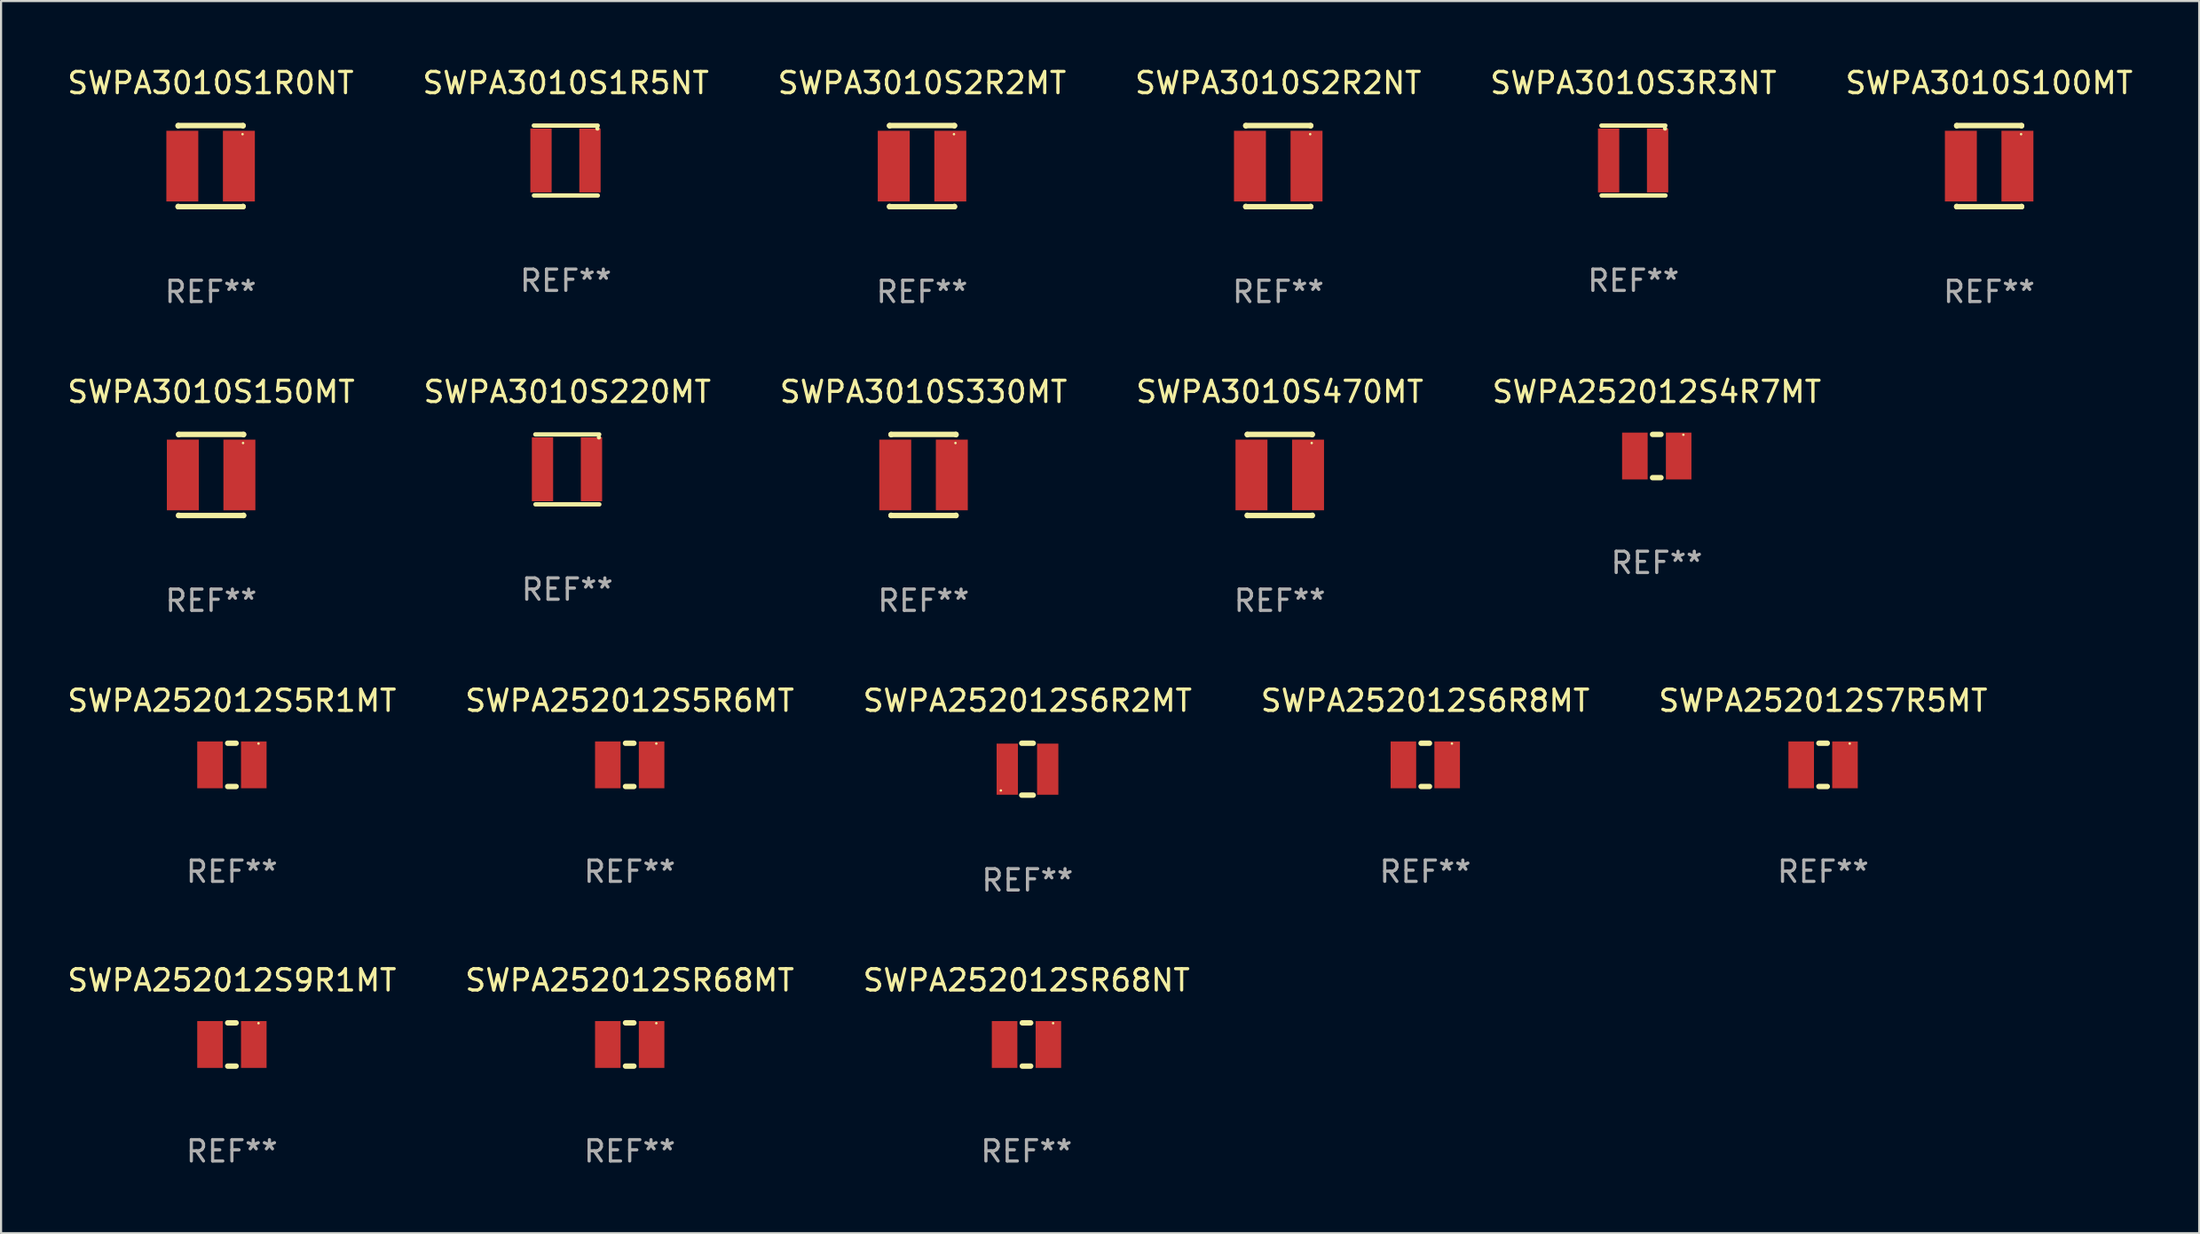
<source format=kicad_pcb>
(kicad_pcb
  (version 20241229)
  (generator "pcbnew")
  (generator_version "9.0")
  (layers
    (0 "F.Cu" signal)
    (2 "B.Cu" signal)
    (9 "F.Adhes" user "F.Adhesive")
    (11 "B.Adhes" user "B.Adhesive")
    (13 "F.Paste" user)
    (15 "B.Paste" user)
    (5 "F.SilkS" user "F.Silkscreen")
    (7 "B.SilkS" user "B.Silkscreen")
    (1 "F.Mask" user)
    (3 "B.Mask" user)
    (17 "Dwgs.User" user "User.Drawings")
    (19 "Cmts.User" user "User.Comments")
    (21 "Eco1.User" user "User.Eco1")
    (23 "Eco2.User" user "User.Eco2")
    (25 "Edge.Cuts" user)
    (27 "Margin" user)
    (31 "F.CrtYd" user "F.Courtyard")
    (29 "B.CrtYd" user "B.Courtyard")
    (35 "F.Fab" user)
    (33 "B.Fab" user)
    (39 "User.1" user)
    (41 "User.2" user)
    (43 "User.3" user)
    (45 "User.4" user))
  (footprint "SWPA252012S4R7MT"
    (layer "F.Cu")
    (at 74.744 18.371)
    (property "Reference" "SWPA252012S4R7MT" (at 0 -3.016 0) (layer "F.SilkS") (effects (font (size 1 1) (thickness 0.15))))
    (attr through_hole)
    (fp_line (start -0.197 1.016) (end 0.197 1.016) (stroke (width 0.254) (type solid)) (layer "F.SilkS"))
    (fp_line (start 0.197 -1.016) (end -0.197 -1.016) (stroke (width 0.254) (type solid)) (layer "F.SilkS"))
    (fp_circle (center 1.25 -1) (end 1.28 -1) (stroke (width 0.06) (type solid)) (fill no) (layer "F.SilkS"))
    (fp_text user "REF**" (at 0 5.016 0) (layer "F.Fab") (effects (font (size 1 1) (thickness 0.15))))
    (pad "1" smd rect (at 1.028 0) (size 1.2 2.2) (layers "F.Cu" "F.Mask" "F.Paste"))
    (pad "2" smd rect (at -1.028 0) (size 1.2 2.2) (layers "F.Cu" "F.Mask" "F.Paste")))
  (footprint "SWPA3010S3R3NT"
    (layer "F.Cu")
    (at 73.649 4.491)
    (property "Reference" "SWPA3010S3R3NT" (at 0 -3.643 0) (layer "F.SilkS") (effects (font (size 1 1) (thickness 0.15))))
    (attr through_hole)
    (fp_line (start -1.503 -1.643) (end 1.497 -1.643) (stroke (width 0.203) (type solid)) (layer "F.SilkS"))
    (fp_line (start -1.497 1.643) (end 1.503 1.643) (stroke (width 0.203) (type solid)) (layer "F.SilkS"))
    (fp_circle (center 1.484 -1.504) (end 1.534 -1.504) (stroke (width 0.1) (type solid)) (fill no) (layer "F.SilkS"))
    (fp_text user "REF**" (at 0 5.643 0) (layer "F.Fab") (effects (font (size 1 1) (thickness 0.15))))
    (pad "1" smd rect (at 1.134 -0.004 180) (size 1 3) (layers "F.Cu" "F.Mask" "F.Paste"))
    (pad "2" smd rect (at -1.166 -0.004 180) (size 1 3) (layers "F.Cu" "F.Mask" "F.Paste")))
  (footprint "SWPA3010S150MT"
    (layer "F.Cu")
    (at 6.863 19.26)
    (property "Reference" "SWPA3010S150MT" (at 0 -3.905 0) (layer "F.SilkS") (effects (font (size 1 1) (thickness 0.15))))
    (attr through_hole)
    (fp_line (start -1.524 -1.905) (end 1.524 -1.905) (stroke (width 0.254) (type solid)) (layer "F.SilkS"))
    (fp_line (start -1.524 -1.891) (end -1.524 -1.905) (stroke (width 0.254) (type solid)) (layer "F.SilkS"))
    (fp_line (start -1.524 1.905) (end -1.524 1.891) (stroke (width 0.254) (type solid)) (layer "F.SilkS"))
    (fp_line (start -1.524 1.905) (end 1.524 1.905) (stroke (width 0.254) (type solid)) (layer "F.SilkS"))
    (fp_line (start 1.524 -1.905) (end 1.524 -1.891) (stroke (width 0.254) (type solid)) (layer "F.SilkS"))
    (fp_line (start 1.524 1.891) (end 1.524 1.905) (stroke (width 0.254) (type solid)) (layer "F.SilkS"))
    (fp_circle (center 1.5 -1.5) (end 1.53 -1.5) (stroke (width 0.06) (type solid)) (fill no) (layer "F.SilkS"))
    (fp_text user "REF**" (at 0 5.905 0) (layer "F.Fab") (effects (font (size 1 1) (thickness 0.15))))
    (pad "1" smd rect (at 1.328 0) (size 1.5 3.32) (layers "F.Cu" "F.Mask" "F.Paste"))
    (pad "2" smd rect (at -1.328 0) (size 1.5 3.32) (layers "F.Cu" "F.Mask" "F.Paste")))
  (footprint "SWPA252012S6R8MT"
    (layer "F.Cu")
    (at 63.875 32.877)
    (property "Reference" "SWPA252012S6R8MT" (at 0 -3.016 0) (layer "F.SilkS") (effects (font (size 1 1) (thickness 0.15))))
    (attr through_hole)
    (fp_line (start -0.197 1.016) (end 0.197 1.016) (stroke (width 0.254) (type solid)) (layer "F.SilkS"))
    (fp_line (start 0.197 -1.016) (end -0.197 -1.016) (stroke (width 0.254) (type solid)) (layer "F.SilkS"))
    (fp_circle (center 1.25 -1) (end 1.28 -1) (stroke (width 0.06) (type solid)) (fill no) (layer "F.SilkS"))
    (fp_text user "REF**" (at 0 5.016 0) (layer "F.Fab") (effects (font (size 1 1) (thickness 0.15))))
    (pad "1" smd rect (at 1.028 0) (size 1.2 2.2) (layers "F.Cu" "F.Mask" "F.Paste"))
    (pad "2" smd rect (at -1.028 0) (size 1.2 2.2) (layers "F.Cu" "F.Mask" "F.Paste")))
  (footprint "SWPA252012S7R5MT"
    (layer "F.Cu")
    (at 82.554 32.877)
    (property "Reference" "SWPA252012S7R5MT" (at 0 -3.016 0) (layer "F.SilkS") (effects (font (size 1 1) (thickness 0.15))))
    (attr through_hole)
    (fp_line (start -0.197 1.016) (end 0.197 1.016) (stroke (width 0.254) (type solid)) (layer "F.SilkS"))
    (fp_line (start 0.197 -1.016) (end -0.197 -1.016) (stroke (width 0.254) (type solid)) (layer "F.SilkS"))
    (fp_circle (center 1.25 -1) (end 1.28 -1) (stroke (width 0.06) (type solid)) (fill no) (layer "F.SilkS"))
    (fp_text user "REF**" (at 0 5.016 0) (layer "F.Fab") (effects (font (size 1 1) (thickness 0.15))))
    (pad "1" smd rect (at 1.028 0) (size 1.2 2.2) (layers "F.Cu" "F.Mask" "F.Paste"))
    (pad "2" smd rect (at -1.028 0) (size 1.2 2.2) (layers "F.Cu" "F.Mask" "F.Paste")))
  (footprint "SWPA252012SR68MT"
    (layer "F.Cu")
    (at 26.518 46.012)
    (property "Reference" "SWPA252012SR68MT" (at 0 -3.016 0) (layer "F.SilkS") (effects (font (size 1 1) (thickness 0.15))))
    (attr through_hole)
    (fp_line (start -0.197 1.016) (end 0.197 1.016) (stroke (width 0.254) (type solid)) (layer "F.SilkS"))
    (fp_line (start 0.197 -1.016) (end -0.197 -1.016) (stroke (width 0.254) (type solid)) (layer "F.SilkS"))
    (fp_circle (center 1.25 -1) (end 1.28 -1) (stroke (width 0.06) (type solid)) (fill no) (layer "F.SilkS"))
    (fp_text user "REF**" (at 0 5.016 0) (layer "F.Fab") (effects (font (size 1 1) (thickness 0.15))))
    (pad "1" smd rect (at 1.028 0) (size 1.2 2.2) (layers "F.Cu" "F.Mask" "F.Paste"))
    (pad "2" smd rect (at -1.028 0) (size 1.2 2.2) (layers "F.Cu" "F.Mask" "F.Paste")))
  (footprint "SWPA3010S220MT"
    (layer "F.Cu")
    (at 23.589 18.998)
    (property "Reference" "SWPA3010S220MT" (at 0 -3.643 0) (layer "F.SilkS") (effects (font (size 1 1) (thickness 0.15))))
    (attr through_hole)
    (fp_line (start -1.503 -1.643) (end 1.497 -1.643) (stroke (width 0.203) (type solid)) (layer "F.SilkS"))
    (fp_line (start -1.497 1.643) (end 1.503 1.643) (stroke (width 0.203) (type solid)) (layer "F.SilkS"))
    (fp_circle (center 1.484 -1.504) (end 1.534 -1.504) (stroke (width 0.1) (type solid)) (fill no) (layer "F.SilkS"))
    (fp_text user "REF**" (at 0 5.643 0) (layer "F.Fab") (effects (font (size 1 1) (thickness 0.15))))
    (pad "1" smd rect (at 1.134 -0.004 180) (size 1 3) (layers "F.Cu" "F.Mask" "F.Paste"))
    (pad "2" smd rect (at -1.166 -0.004 180) (size 1 3) (layers "F.Cu" "F.Mask" "F.Paste")))
  (footprint "SWPA252012S6R2MT"
    (layer "F.Cu")
    (at 45.196 33.08)
    (property "Reference" "SWPA252012S6R2MT" (at 0 -3.219 0) (layer "F.SilkS") (effects (font (size 1 1) (thickness 0.15))))
    (attr through_hole)
    (fp_line (start -0.27 1.219) (end 0.269 1.219) (stroke (width 0.254) (type solid)) (layer "F.SilkS"))
    (fp_line (start -0.269 -1.219) (end 0.27 -1.219) (stroke (width 0.254) (type solid)) (layer "F.SilkS"))
    (fp_circle (center -1.25 1) (end -1.22 1) (stroke (width 0.06) (type solid)) (fill no) (layer "F.SilkS"))
    (fp_text user "REF**" (at 0 5.219 0) (layer "F.Fab") (effects (font (size 1 1) (thickness 0.15))))
    (pad "1" smd rect (at -0.95 0) (size 1 2.4) (layers "F.Cu" "F.Mask" "F.Paste"))
    (pad "2" smd rect (at 0.95 0) (size 1 2.4) (layers "F.Cu" "F.Mask" "F.Paste")))
  (footprint "SWPA252012S5R6MT"
    (layer "F.Cu")
    (at 26.518 32.877)
    (property "Reference" "SWPA252012S5R6MT" (at 0 -3.016 0) (layer "F.SilkS") (effects (font (size 1 1) (thickness 0.15))))
    (attr through_hole)
    (fp_line (start -0.197 1.016) (end 0.197 1.016) (stroke (width 0.254) (type solid)) (layer "F.SilkS"))
    (fp_line (start 0.197 -1.016) (end -0.197 -1.016) (stroke (width 0.254) (type solid)) (layer "F.SilkS"))
    (fp_circle (center 1.25 -1) (end 1.28 -1) (stroke (width 0.06) (type solid)) (fill no) (layer "F.SilkS"))
    (fp_text user "REF**" (at 0 5.016 0) (layer "F.Fab") (effects (font (size 1 1) (thickness 0.15))))
    (pad "1" smd rect (at 1.028 0) (size 1.2 2.2) (layers "F.Cu" "F.Mask" "F.Paste"))
    (pad "2" smd rect (at -1.028 0) (size 1.2 2.2) (layers "F.Cu" "F.Mask" "F.Paste")))
  (footprint "SWPA252012S5R1MT"
    (layer "F.Cu")
    (at 7.839 32.877)
    (property "Reference" "SWPA252012S5R1MT" (at 0 -3.016 0) (layer "F.SilkS") (effects (font (size 1 1) (thickness 0.15))))
    (attr through_hole)
    (fp_line (start -0.197 1.016) (end 0.197 1.016) (stroke (width 0.254) (type solid)) (layer "F.SilkS"))
    (fp_line (start 0.197 -1.016) (end -0.197 -1.016) (stroke (width 0.254) (type solid)) (layer "F.SilkS"))
    (fp_circle (center 1.25 -1) (end 1.28 -1) (stroke (width 0.06) (type solid)) (fill no) (layer "F.SilkS"))
    (fp_text user "REF**" (at 0 5.016 0) (layer "F.Fab") (effects (font (size 1 1) (thickness 0.15))))
    (pad "1" smd rect (at 1.028 0) (size 1.2 2.2) (layers "F.Cu" "F.Mask" "F.Paste"))
    (pad "2" smd rect (at -1.028 0) (size 1.2 2.2) (layers "F.Cu" "F.Mask" "F.Paste")))
  (footprint "SWPA3010S2R2NT"
    (layer "F.Cu")
    (at 56.97 4.753)
    (property "Reference" "SWPA3010S2R2NT" (at 0 -3.905 0) (layer "F.SilkS") (effects (font (size 1 1) (thickness 0.15))))
    (attr through_hole)
    (fp_line (start -1.524 -1.905) (end 1.524 -1.905) (stroke (width 0.254) (type solid)) (layer "F.SilkS"))
    (fp_line (start -1.524 -1.891) (end -1.524 -1.905) (stroke (width 0.254) (type solid)) (layer "F.SilkS"))
    (fp_line (start -1.524 1.905) (end -1.524 1.891) (stroke (width 0.254) (type solid)) (layer "F.SilkS"))
    (fp_line (start -1.524 1.905) (end 1.524 1.905) (stroke (width 0.254) (type solid)) (layer "F.SilkS"))
    (fp_line (start 1.524 -1.905) (end 1.524 -1.891) (stroke (width 0.254) (type solid)) (layer "F.SilkS"))
    (fp_line (start 1.524 1.891) (end 1.524 1.905) (stroke (width 0.254) (type solid)) (layer "F.SilkS"))
    (fp_circle (center 1.5 -1.5) (end 1.53 -1.5) (stroke (width 0.06) (type solid)) (fill no) (layer "F.SilkS"))
    (fp_text user "REF**" (at 0 5.905 0) (layer "F.Fab") (effects (font (size 1 1) (thickness 0.15))))
    (pad "1" smd rect (at 1.328 0) (size 1.5 3.32) (layers "F.Cu" "F.Mask" "F.Paste"))
    (pad "2" smd rect (at -1.328 0) (size 1.5 3.32) (layers "F.Cu" "F.Mask" "F.Paste")))
  (footprint "SWPA3010S1R0NT"
    (layer "F.Cu")
    (at 6.839 4.753)
    (property "Reference" "SWPA3010S1R0NT" (at 0 -3.905 0) (layer "F.SilkS") (effects (font (size 1 1) (thickness 0.15))))
    (attr through_hole)
    (fp_line (start -1.524 -1.905) (end 1.524 -1.905) (stroke (width 0.254) (type solid)) (layer "F.SilkS"))
    (fp_line (start -1.524 -1.891) (end -1.524 -1.905) (stroke (width 0.254) (type solid)) (layer "F.SilkS"))
    (fp_line (start -1.524 1.905) (end -1.524 1.891) (stroke (width 0.254) (type solid)) (layer "F.SilkS"))
    (fp_line (start -1.524 1.905) (end 1.524 1.905) (stroke (width 0.254) (type solid)) (layer "F.SilkS"))
    (fp_line (start 1.524 -1.905) (end 1.524 -1.891) (stroke (width 0.254) (type solid)) (layer "F.SilkS"))
    (fp_line (start 1.524 1.891) (end 1.524 1.905) (stroke (width 0.254) (type solid)) (layer "F.SilkS"))
    (fp_circle (center 1.5 -1.5) (end 1.53 -1.5) (stroke (width 0.06) (type solid)) (fill no) (layer "F.SilkS"))
    (fp_text user "REF**" (at 0 5.905 0) (layer "F.Fab") (effects (font (size 1 1) (thickness 0.15))))
    (pad "1" smd rect (at 1.328 0) (size 1.5 3.32) (layers "F.Cu" "F.Mask" "F.Paste"))
    (pad "2" smd rect (at -1.328 0) (size 1.5 3.32) (layers "F.Cu" "F.Mask" "F.Paste")))
  (footprint "SWPA3010S1R5NT"
    (layer "F.Cu")
    (at 23.518 4.491)
    (property "Reference" "SWPA3010S1R5NT" (at 0 -3.643 0) (layer "F.SilkS") (effects (font (size 1 1) (thickness 0.15))))
    (attr through_hole)
    (fp_line (start -1.503 -1.643) (end 1.497 -1.643) (stroke (width 0.203) (type solid)) (layer "F.SilkS"))
    (fp_line (start -1.497 1.643) (end 1.503 1.643) (stroke (width 0.203) (type solid)) (layer "F.SilkS"))
    (fp_circle (center 1.484 -1.504) (end 1.534 -1.504) (stroke (width 0.1) (type solid)) (fill no) (layer "F.SilkS"))
    (fp_text user "REF**" (at 0 5.643 0) (layer "F.Fab") (effects (font (size 1 1) (thickness 0.15))))
    (pad "1" smd rect (at 1.134 -0.004 180) (size 1 3) (layers "F.Cu" "F.Mask" "F.Paste"))
    (pad "2" smd rect (at -1.166 -0.004 180) (size 1 3) (layers "F.Cu" "F.Mask" "F.Paste")))
  (footprint "SWPA252012SR68NT"
    (layer "F.Cu")
    (at 45.149 46.012)
    (property "Reference" "SWPA252012SR68NT" (at 0 -3.016 0) (layer "F.SilkS") (effects (font (size 1 1) (thickness 0.15))))
    (attr through_hole)
    (fp_line (start -0.197 1.016) (end 0.197 1.016) (stroke (width 0.254) (type solid)) (layer "F.SilkS"))
    (fp_line (start 0.197 -1.016) (end -0.197 -1.016) (stroke (width 0.254) (type solid)) (layer "F.SilkS"))
    (fp_circle (center 1.25 -1) (end 1.28 -1) (stroke (width 0.06) (type solid)) (fill no) (layer "F.SilkS"))
    (fp_text user "REF**" (at 0 5.016 0) (layer "F.Fab") (effects (font (size 1 1) (thickness 0.15))))
    (pad "1" smd rect (at 1.028 0) (size 1.2 2.2) (layers "F.Cu" "F.Mask" "F.Paste"))
    (pad "2" smd rect (at -1.028 0) (size 1.2 2.2) (layers "F.Cu" "F.Mask" "F.Paste")))
  (footprint "SWPA3010S2R2MT"
    (layer "F.Cu")
    (at 40.244 4.753)
    (property "Reference" "SWPA3010S2R2MT" (at 0 -3.905 0) (layer "F.SilkS") (effects (font (size 1 1) (thickness 0.15))))
    (attr through_hole)
    (fp_line (start -1.524 -1.905) (end 1.524 -1.905) (stroke (width 0.254) (type solid)) (layer "F.SilkS"))
    (fp_line (start -1.524 -1.891) (end -1.524 -1.905) (stroke (width 0.254) (type solid)) (layer "F.SilkS"))
    (fp_line (start -1.524 1.905) (end -1.524 1.891) (stroke (width 0.254) (type solid)) (layer "F.SilkS"))
    (fp_line (start -1.524 1.905) (end 1.524 1.905) (stroke (width 0.254) (type solid)) (layer "F.SilkS"))
    (fp_line (start 1.524 -1.905) (end 1.524 -1.891) (stroke (width 0.254) (type solid)) (layer "F.SilkS"))
    (fp_line (start 1.524 1.891) (end 1.524 1.905) (stroke (width 0.254) (type solid)) (layer "F.SilkS"))
    (fp_circle (center 1.5 -1.5) (end 1.53 -1.5) (stroke (width 0.06) (type solid)) (fill no) (layer "F.SilkS"))
    (fp_text user "REF**" (at 0 5.905 0) (layer "F.Fab") (effects (font (size 1 1) (thickness 0.15))))
    (pad "1" smd rect (at 1.328 0) (size 1.5 3.32) (layers "F.Cu" "F.Mask" "F.Paste"))
    (pad "2" smd rect (at -1.328 0) (size 1.5 3.32) (layers "F.Cu" "F.Mask" "F.Paste")))
  (footprint "SWPA252012S9R1MT"
    (layer "F.Cu")
    (at 7.839 46.012)
    (property "Reference" "SWPA252012S9R1MT" (at 0 -3.016 0) (layer "F.SilkS") (effects (font (size 1 1) (thickness 0.15))))
    (attr through_hole)
    (fp_line (start -0.197 1.016) (end 0.197 1.016) (stroke (width 0.254) (type solid)) (layer "F.SilkS"))
    (fp_line (start 0.197 -1.016) (end -0.197 -1.016) (stroke (width 0.254) (type solid)) (layer "F.SilkS"))
    (fp_circle (center 1.25 -1) (end 1.28 -1) (stroke (width 0.06) (type solid)) (fill no) (layer "F.SilkS"))
    (fp_text user "REF**" (at 0 5.016 0) (layer "F.Fab") (effects (font (size 1 1) (thickness 0.15))))
    (pad "1" smd rect (at 1.028 0) (size 1.2 2.2) (layers "F.Cu" "F.Mask" "F.Paste"))
    (pad "2" smd rect (at -1.028 0) (size 1.2 2.2) (layers "F.Cu" "F.Mask" "F.Paste")))
  (footprint "SWPA3010S470MT"
    (layer "F.Cu")
    (at 57.042 19.26)
    (property "Reference" "SWPA3010S470MT" (at 0 -3.905 0) (layer "F.SilkS") (effects (font (size 1 1) (thickness 0.15))))
    (attr through_hole)
    (fp_line (start -1.524 -1.905) (end 1.524 -1.905) (stroke (width 0.254) (type solid)) (layer "F.SilkS"))
    (fp_line (start -1.524 -1.891) (end -1.524 -1.905) (stroke (width 0.254) (type solid)) (layer "F.SilkS"))
    (fp_line (start -1.524 1.905) (end -1.524 1.891) (stroke (width 0.254) (type solid)) (layer "F.SilkS"))
    (fp_line (start -1.524 1.905) (end 1.524 1.905) (stroke (width 0.254) (type solid)) (layer "F.SilkS"))
    (fp_line (start 1.524 -1.905) (end 1.524 -1.891) (stroke (width 0.254) (type solid)) (layer "F.SilkS"))
    (fp_line (start 1.524 1.891) (end 1.524 1.905) (stroke (width 0.254) (type solid)) (layer "F.SilkS"))
    (fp_circle (center 1.5 -1.5) (end 1.53 -1.5) (stroke (width 0.06) (type solid)) (fill no) (layer "F.SilkS"))
    (fp_text user "REF**" (at 0 5.905 0) (layer "F.Fab") (effects (font (size 1 1) (thickness 0.15))))
    (pad "1" smd rect (at 1.328 0) (size 1.5 3.32) (layers "F.Cu" "F.Mask" "F.Paste"))
    (pad "2" smd rect (at -1.328 0) (size 1.5 3.32) (layers "F.Cu" "F.Mask" "F.Paste")))
  (footprint "SWPA3010S330MT"
    (layer "F.Cu")
    (at 40.315 19.26)
    (property "Reference" "SWPA3010S330MT" (at 0 -3.905 0) (layer "F.SilkS") (effects (font (size 1 1) (thickness 0.15))))
    (attr through_hole)
    (fp_line (start -1.524 -1.905) (end 1.524 -1.905) (stroke (width 0.254) (type solid)) (layer "F.SilkS"))
    (fp_line (start -1.524 -1.891) (end -1.524 -1.905) (stroke (width 0.254) (type solid)) (layer "F.SilkS"))
    (fp_line (start -1.524 1.905) (end -1.524 1.891) (stroke (width 0.254) (type solid)) (layer "F.SilkS"))
    (fp_line (start -1.524 1.905) (end 1.524 1.905) (stroke (width 0.254) (type solid)) (layer "F.SilkS"))
    (fp_line (start 1.524 -1.905) (end 1.524 -1.891) (stroke (width 0.254) (type solid)) (layer "F.SilkS"))
    (fp_line (start 1.524 1.891) (end 1.524 1.905) (stroke (width 0.254) (type solid)) (layer "F.SilkS"))
    (fp_circle (center 1.5 -1.5) (end 1.53 -1.5) (stroke (width 0.06) (type solid)) (fill no) (layer "F.SilkS"))
    (fp_text user "REF**" (at 0 5.905 0) (layer "F.Fab") (effects (font (size 1 1) (thickness 0.15))))
    (pad "1" smd rect (at 1.328 0) (size 1.5 3.32) (layers "F.Cu" "F.Mask" "F.Paste"))
    (pad "2" smd rect (at -1.328 0) (size 1.5 3.32) (layers "F.Cu" "F.Mask" "F.Paste")))
  (footprint "SWPA3010S100MT"
    (layer "F.Cu")
    (at 90.351 4.753)
    (property "Reference" "SWPA3010S100MT" (at 0 -3.905 0) (layer "F.SilkS") (effects (font (size 1 1) (thickness 0.15))))
    (attr through_hole)
    (fp_line (start -1.524 -1.905) (end 1.524 -1.905) (stroke (width 0.254) (type solid)) (layer "F.SilkS"))
    (fp_line (start -1.524 -1.891) (end -1.524 -1.905) (stroke (width 0.254) (type solid)) (layer "F.SilkS"))
    (fp_line (start -1.524 1.905) (end -1.524 1.891) (stroke (width 0.254) (type solid)) (layer "F.SilkS"))
    (fp_line (start -1.524 1.905) (end 1.524 1.905) (stroke (width 0.254) (type solid)) (layer "F.SilkS"))
    (fp_line (start 1.524 -1.905) (end 1.524 -1.891) (stroke (width 0.254) (type solid)) (layer "F.SilkS"))
    (fp_line (start 1.524 1.891) (end 1.524 1.905) (stroke (width 0.254) (type solid)) (layer "F.SilkS"))
    (fp_circle (center 1.5 -1.5) (end 1.53 -1.5) (stroke (width 0.06) (type solid)) (fill no) (layer "F.SilkS"))
    (fp_text user "REF**" (at 0 5.905 0) (layer "F.Fab") (effects (font (size 1 1) (thickness 0.15))))
    (pad "1" smd rect (at 1.328 0) (size 1.5 3.32) (layers "F.Cu" "F.Mask" "F.Paste"))
    (pad "2" smd rect (at -1.328 0) (size 1.5 3.32) (layers "F.Cu" "F.Mask" "F.Paste")))
  (gr_rect
    (start -3 -3)
    (end 100.214 54.876)
    (stroke (width 0.1) (type default))
    (fill no)
    (layer "Edge.Cuts")))
</source>
